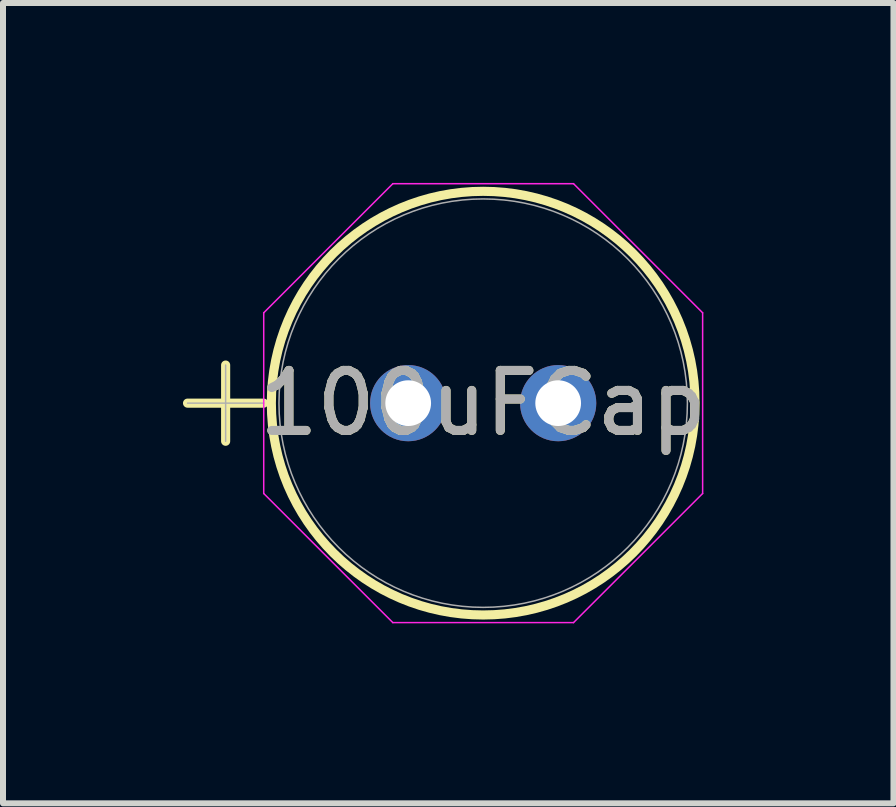
<source format=kicad_pcb>
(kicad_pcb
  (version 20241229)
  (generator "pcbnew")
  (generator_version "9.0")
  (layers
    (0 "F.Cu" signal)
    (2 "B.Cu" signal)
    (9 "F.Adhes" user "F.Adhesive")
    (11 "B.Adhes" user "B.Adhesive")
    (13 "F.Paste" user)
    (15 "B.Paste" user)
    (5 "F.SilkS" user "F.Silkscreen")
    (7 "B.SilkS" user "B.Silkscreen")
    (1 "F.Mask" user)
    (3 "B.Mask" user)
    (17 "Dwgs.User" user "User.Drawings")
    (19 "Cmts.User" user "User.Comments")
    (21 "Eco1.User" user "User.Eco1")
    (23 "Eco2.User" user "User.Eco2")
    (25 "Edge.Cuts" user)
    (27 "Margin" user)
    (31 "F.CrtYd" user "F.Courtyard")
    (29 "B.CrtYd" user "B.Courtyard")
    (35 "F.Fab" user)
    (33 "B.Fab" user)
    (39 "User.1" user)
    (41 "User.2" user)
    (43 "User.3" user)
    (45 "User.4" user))
  (footprint "100uFCap"
    (layer "F.Cu")
    (at 3.754 3.67)
    (property "Reference" "100uFCap" (at 1.25 0 0) (unlocked yes) (layer "F.SilkS") (effects (font (size 1 1) (thickness 0.15))))
    (attr through_hole)
    (fp_line (start -3.678 0) (end -2.408 0) (stroke (width 0.152) (type solid)) (layer "F.SilkS"))
    (fp_line (start -3.043 -0.635) (end -3.043 0.635) (stroke (width 0.152) (type solid)) (layer "F.SilkS"))
    (fp_circle (center 1.25 0) (end 4.781 0) (stroke (width 0.152) (type solid)) (fill no) (layer "F.SilkS"))
    (fp_line (start -2.408 -1.506) (end -0.256 -3.658) (stroke (width 0.025) (type solid)) (layer "F.CrtYd"))
    (fp_line (start -2.408 1.506) (end -2.408 -1.506) (stroke (width 0.025) (type solid)) (layer "F.CrtYd"))
    (fp_line (start -0.256 -3.658) (end 2.756 -3.658) (stroke (width 0.025) (type solid)) (layer "F.CrtYd"))
    (fp_line (start -0.256 3.658) (end -2.408 1.506) (stroke (width 0.025) (type solid)) (layer "F.CrtYd"))
    (fp_line (start 2.756 -3.658) (end 4.908 -1.506) (stroke (width 0.025) (type solid)) (layer "F.CrtYd"))
    (fp_line (start 2.756 3.658) (end -0.256 3.658) (stroke (width 0.025) (type solid)) (layer "F.CrtYd"))
    (fp_line (start 4.908 -1.506) (end 4.908 1.506) (stroke (width 0.025) (type solid)) (layer "F.CrtYd"))
    (fp_line (start 4.908 1.506) (end 2.756 3.658) (stroke (width 0.025) (type solid)) (layer "F.CrtYd"))
    (fp_line (start -3.678 0) (end -2.408 0) (stroke (width 0.025) (type solid)) (layer "F.Fab"))
    (fp_line (start -3.043 -0.635) (end -3.043 0.635) (stroke (width 0.025) (type solid)) (layer "F.Fab"))
    (fp_circle (center 1.25 0) (end 4.654 0) (stroke (width 0.025) (type solid)) (fill no) (layer "F.Fab"))
    (fp_text user "${REFERENCE}" (at 1.25 0 0) (unlocked yes) (layer "F.Fab") (effects (font (size 1 1) (thickness 0.15))))
    (pad "1" thru_hole circle (at 0 0) (size 1.27 1.27) (drill 0.762) (layers "*.Cu" "*.Mask"))
    (pad "2" thru_hole circle (at 2.5 0) (size 1.27 1.27) (drill 0.762) (layers "*.Cu" "*.Mask")))
  (gr_rect
    (start -3 -3)
    (end 11.843 10.341)
    (stroke (width 0.1) (type default))
    (fill no)
    (layer "Edge.Cuts")))
</source>
